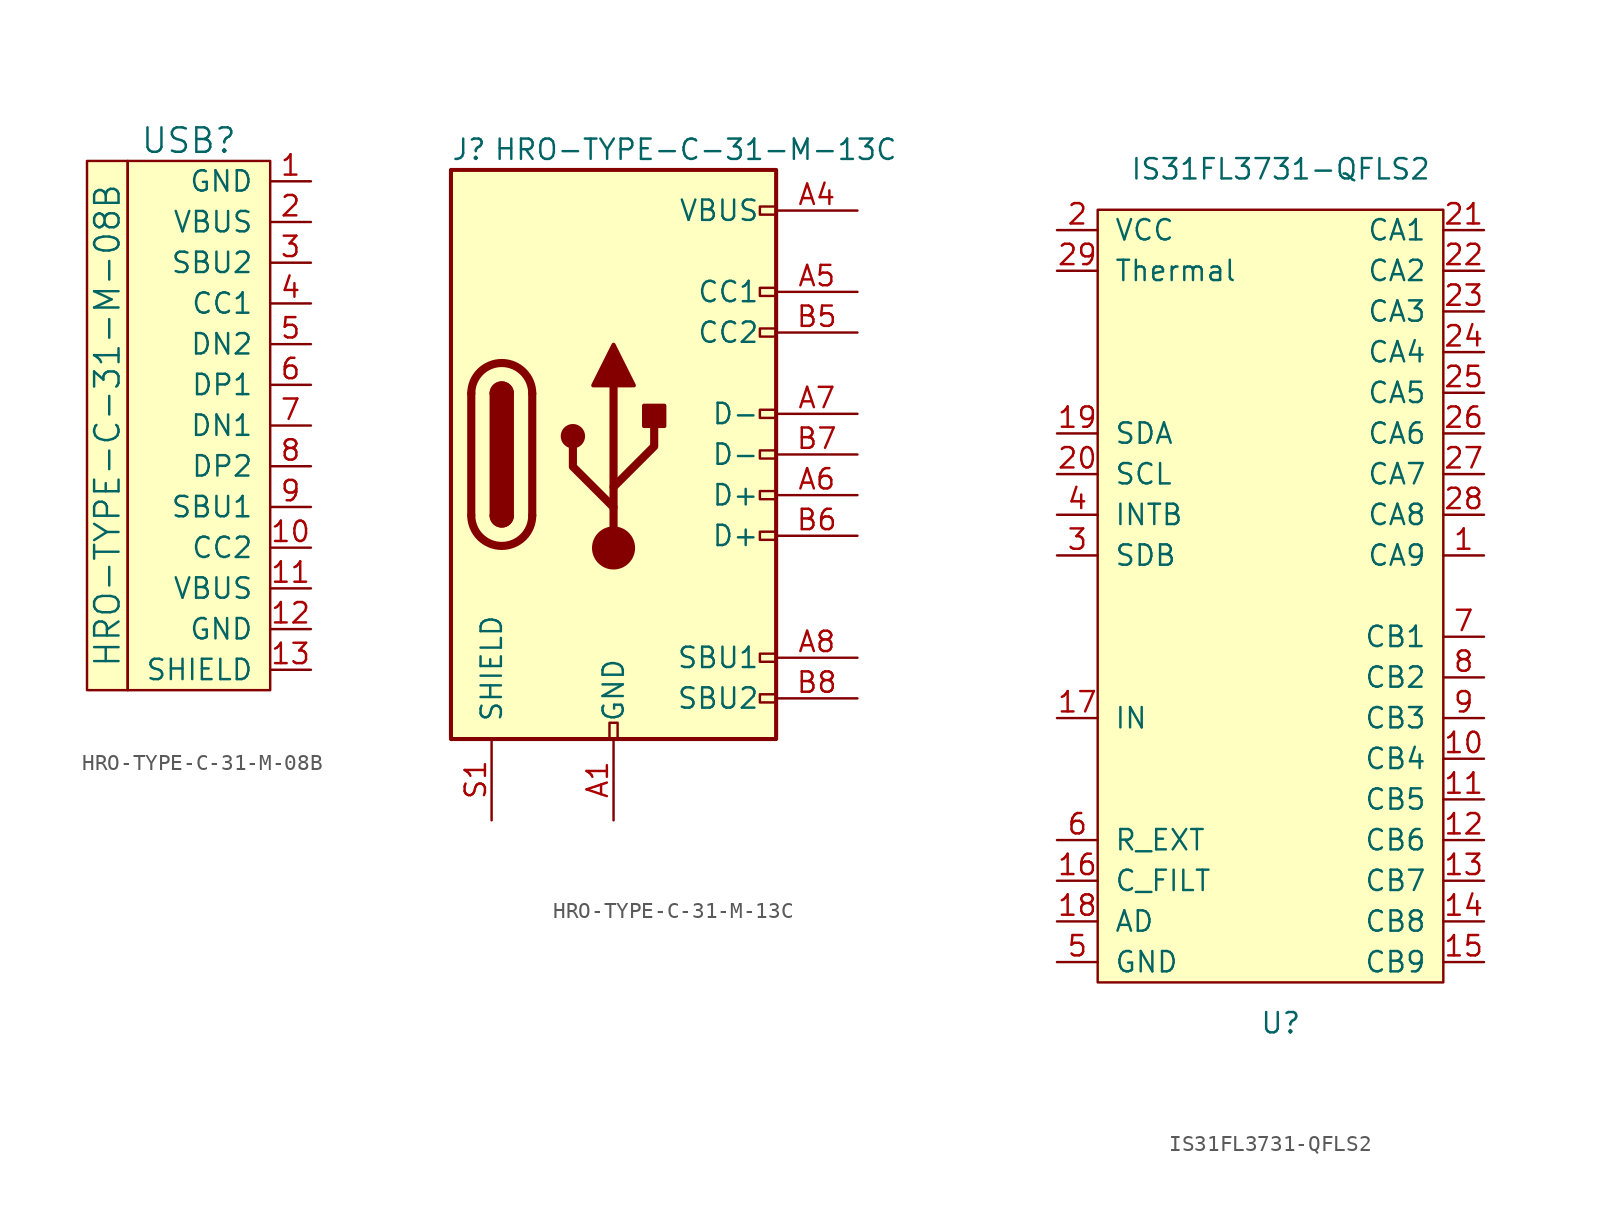
<source format=kicad_sym>
(kicad_symbol_lib
  (version 20231120)
  (generator "kicad_symbol_editor")
  (generator_version "8.0")
  (symbol "HRO-TYPE-C-31-M-08B"
    (pin_names
      (offset 1.016))
    (property "Reference" "USB"
      (at -5.08 16.51 0)
      (effects (font (size 1.524 1.524))))
    (property "Value" "HRO-TYPE-C-31-M-08B"
      (at -10.16 -1.27 90)
      (effects (font (size 1.524 1.524))))
    (symbol "HRO-TYPE-C-31-M-08B_0_1"
      (rectangle (start -11.43 15.24) (end -8.89 -17.78) (stroke (width 0) (type default)) (fill (type background)))
      (rectangle (start 0 -17.78) (end -8.89 15.24) (stroke (width 0) (type default)) (fill (type background))))
    (symbol "HRO-TYPE-C-31-M-08B_1_1"
      (pin input line (at 2.54 13.97 180) (length 2.54) (name "GND" (effects (font (size 1.27 1.27)))) (number "1" (effects (font (size 1.27 1.27)))))
      (pin input line (at 2.54 -8.89 180) (length 2.54) (name "CC2" (effects (font (size 1.27 1.27)))) (number "10" (effects (font (size 1.27 1.27)))))
      (pin input line (at 2.54 -11.43 180) (length 2.54) (name "VBUS" (effects (font (size 1.27 1.27)))) (number "11" (effects (font (size 1.27 1.27)))))
      (pin input line (at 2.54 -13.97 180) (length 2.54) (name "GND" (effects (font (size 1.27 1.27)))) (number "12" (effects (font (size 1.27 1.27)))))
      (pin input line (at 2.54 -16.51 180) (length 2.54) (name "SHIELD" (effects (font (size 1.27 1.27)))) (number "13" (effects (font (size 1.27 1.27)))))
      (pin input line (at 2.54 11.43 180) (length 2.54) (name "VBUS" (effects (font (size 1.27 1.27)))) (number "2" (effects (font (size 1.27 1.27)))))
      (pin input line (at 2.54 8.89 180) (length 2.54) (name "SBU2" (effects (font (size 1.27 1.27)))) (number "3" (effects (font (size 1.27 1.27)))))
      (pin input line (at 2.54 6.35 180) (length 2.54) (name "CC1" (effects (font (size 1.27 1.27)))) (number "4" (effects (font (size 1.27 1.27)))))
      (pin input line (at 2.54 3.81 180) (length 2.54) (name "DN2" (effects (font (size 1.27 1.27)))) (number "5" (effects (font (size 1.27 1.27)))))
      (pin input line (at 2.54 1.27 180) (length 2.54) (name "DP1" (effects (font (size 1.27 1.27)))) (number "6" (effects (font (size 1.27 1.27)))))
      (pin input line (at 2.54 -1.27 180) (length 2.54) (name "DN1" (effects (font (size 1.27 1.27)))) (number "7" (effects (font (size 1.27 1.27)))))
      (pin input line (at 2.54 -3.81 180) (length 2.54) (name "DP2" (effects (font (size 1.27 1.27)))) (number "8" (effects (font (size 1.27 1.27)))))
      (pin input line (at 2.54 -6.35 180) (length 2.54) (name "SBU1" (effects (font (size 1.27 1.27)))) (number "9" (effects (font (size 1.27 1.27)))))))
  (symbol "HRO-TYPE-C-31-M-13C"
    (pin_names
      (offset 1.016))
    (property "Reference" "J"
      (at -10.16 19.05 0)
      (effects (font (size 1.27 1.27)) (justify left)))
    (property "Value" "HRO-TYPE-C-31-M-13C"
      (at 17.78 19.05 0)
      (effects (font (size 1.27 1.27)) (justify right)))
    (symbol "HRO-TYPE-C-31-M-13C_0_0"
      (rectangle (start -0.254 -17.78) (end 0.254 -16.764) (stroke (width 0) (type default)) (fill (type none)))
      (rectangle (start 10.16 -14.986) (end 9.144 -15.494) (stroke (width 0) (type default)) (fill (type none)))
      (rectangle (start 10.16 -12.446) (end 9.144 -12.954) (stroke (width 0) (type default)) (fill (type none)))
      (rectangle (start 10.16 -4.826) (end 9.144 -5.334) (stroke (width 0) (type default)) (fill (type none)))
      (rectangle (start 10.16 -2.286) (end 9.144 -2.794) (stroke (width 0) (type default)) (fill (type none)))
      (rectangle (start 10.16 0.254) (end 9.144 -0.254) (stroke (width 0) (type default)) (fill (type none)))
      (rectangle (start 10.16 2.794) (end 9.144 2.286) (stroke (width 0) (type default)) (fill (type none)))
      (rectangle (start 10.16 7.874) (end 9.144 7.366) (stroke (width 0) (type default)) (fill (type none)))
      (rectangle (start 10.16 10.414) (end 9.144 9.906) (stroke (width 0) (type default)) (fill (type none)))
      (rectangle (start 10.16 15.494) (end 9.144 14.986) (stroke (width 0) (type default)) (fill (type none))))
    (symbol "HRO-TYPE-C-31-M-13C_0_1"
      (rectangle (start -10.16 17.78) (end 10.16 -17.78) (stroke (width 0.254) (type default)) (fill (type background)))
      (arc (start -8.89 -3.81) (mid -6.985 -5.7067) (end -5.08 -3.81) (stroke (width 0.508) (type default)) (fill (type none)))
      (arc (start -7.62 -3.81) (mid -6.985 -4.4423) (end -6.35 -3.81) (stroke (width 0.254) (type default)) (fill (type none)))
      (arc (start -7.62 -3.81) (mid -6.985 -4.4423) (end -6.35 -3.81) (stroke (width 0.254) (type default)) (fill (type outline)))
      (rectangle (start -7.62 -3.81) (end -6.35 3.81) (stroke (width 0.254) (type default)) (fill (type outline)))
      (arc (start -6.35 3.81) (mid -6.985 4.4423) (end -7.62 3.81) (stroke (width 0.254) (type default)) (fill (type none)))
      (arc (start -6.35 3.81) (mid -6.985 4.4423) (end -7.62 3.81) (stroke (width 0.254) (type default)) (fill (type outline)))
      (arc (start -5.08 3.81) (mid -6.985 5.7067) (end -8.89 3.81) (stroke (width 0.508) (type default)) (fill (type none)))
      (circle (center -2.54 1.143) (radius 0.635) (stroke (width 0.254) (type default)) (fill (type outline)))
      (circle (center 0 -5.842) (radius 1.27) (stroke (width 0) (type default)) (fill (type outline)))
      (polyline (pts (xy -8.89 -3.81) (xy -8.89 3.81)) (stroke (width 0.508) (type default)) (fill (type none)))
      (polyline (pts (xy -5.08 3.81) (xy -5.08 -3.81)) (stroke (width 0.508) (type default)) (fill (type none)))
      (polyline (pts (xy 0 -5.842) (xy 0 4.318)) (stroke (width 0.508) (type default)) (fill (type none)))
      (polyline (pts (xy 0 -3.302) (xy -2.54 -0.762) (xy -2.54 0.508)) (stroke (width 0.508) (type default)) (fill (type none)))
      (polyline (pts (xy 0 -2.032) (xy 2.54 0.508) (xy 2.54 1.778)) (stroke (width 0.508) (type default)) (fill (type none)))
      (polyline (pts (xy -1.27 4.318) (xy 0 6.858) (xy 1.27 4.318) (xy -1.27 4.318)) (stroke (width 0.254) (type default)) (fill (type outline)))
      (rectangle (start 1.905 1.778) (end 3.175 3.048) (stroke (width 0.254) (type default)) (fill (type outline))))
    (symbol "HRO-TYPE-C-31-M-13C_1_1"
      (pin passive line (at 0 -22.86 90) (length 5.08) (name "GND" (effects (font (size 1.27 1.27)))) (number "A1" (effects (font (size 1.27 1.27)))))
      (pin passive line (at 0 -22.86 90) (length 5.08) hide (name "GND" (effects (font (size 1.27 1.27)))) (number "A12" (effects (font (size 1.27 1.27)))))
      (pin passive line (at 15.24 15.24 180) (length 5.08) (name "VBUS" (effects (font (size 1.27 1.27)))) (number "A4" (effects (font (size 1.27 1.27)))))
      (pin bidirectional line (at 15.24 10.16 180) (length 5.08) (name "CC1" (effects (font (size 1.27 1.27)))) (number "A5" (effects (font (size 1.27 1.27)))))
      (pin bidirectional line (at 15.24 -2.54 180) (length 5.08) (name "D+" (effects (font (size 1.27 1.27)))) (number "A6" (effects (font (size 1.27 1.27)))))
      (pin bidirectional line (at 15.24 2.54 180) (length 5.08) (name "D-" (effects (font (size 1.27 1.27)))) (number "A7" (effects (font (size 1.27 1.27)))))
      (pin bidirectional line (at 15.24 -12.7 180) (length 5.08) (name "SBU1" (effects (font (size 1.27 1.27)))) (number "A8" (effects (font (size 1.27 1.27)))))
      (pin passive line (at 15.24 15.24 180) (length 5.08) hide (name "VBUS" (effects (font (size 1.27 1.27)))) (number "A9" (effects (font (size 1.27 1.27)))))
      (pin passive line (at 0 -22.86 90) (length 5.08) hide (name "GND" (effects (font (size 1.27 1.27)))) (number "B1" (effects (font (size 1.27 1.27)))))
      (pin passive line (at 0 -22.86 90) (length 5.08) hide (name "GND" (effects (font (size 1.27 1.27)))) (number "B12" (effects (font (size 1.27 1.27)))))
      (pin passive line (at 15.24 15.24 180) (length 5.08) hide (name "VBUS" (effects (font (size 1.27 1.27)))) (number "B4" (effects (font (size 1.27 1.27)))))
      (pin bidirectional line (at 15.24 7.62 180) (length 5.08) (name "CC2" (effects (font (size 1.27 1.27)))) (number "B5" (effects (font (size 1.27 1.27)))))
      (pin bidirectional line (at 15.24 -5.08 180) (length 5.08) (name "D+" (effects (font (size 1.27 1.27)))) (number "B6" (effects (font (size 1.27 1.27)))))
      (pin bidirectional line (at 15.24 0 180) (length 5.08) (name "D-" (effects (font (size 1.27 1.27)))) (number "B7" (effects (font (size 1.27 1.27)))))
      (pin bidirectional line (at 15.24 -15.24 180) (length 5.08) (name "SBU2" (effects (font (size 1.27 1.27)))) (number "B8" (effects (font (size 1.27 1.27)))))
      (pin passive line (at 15.24 15.24 180) (length 5.08) hide (name "VBUS" (effects (font (size 1.27 1.27)))) (number "B9" (effects (font (size 1.27 1.27)))))
      (pin passive line (at -7.62 -22.86 90) (length 5.08) (name "SHIELD" (effects (font (size 1.27 1.27)))) (number "S1" (effects (font (size 1.27 1.27)))))))
  (symbol "IS31FL3731-QFLS2"
    (pin_names
      (offset 1.016))
    (property "Reference" "U"
      (at 0 -26.67 0)
      (effects (font (size 1.27 1.27))))
    (property "Value" "IS31FL3731-QFLS2"
      (at 0 26.67 0)
      (effects (font (size 1.27 1.27))))
    (symbol "IS31FL3731-QFLS2_1_1"
      (rectangle (start 10.16 24.13) (end -11.43 -24.13) (stroke (width 0) (type default)) (fill (type background)))
      (pin input line (at 12.7 2.54 180) (length 2.54) (name "CA9" (effects (font (size 1.27 1.27)))) (number "1" (effects (font (size 1.27 1.27)))))
      (pin input line (at 12.7 -10.16 180) (length 2.54) (name "CB4" (effects (font (size 1.27 1.27)))) (number "10" (effects (font (size 1.27 1.27)))))
      (pin input line (at 12.7 -12.7 180) (length 2.54) (name "CB5" (effects (font (size 1.27 1.27)))) (number "11" (effects (font (size 1.27 1.27)))))
      (pin input line (at 12.7 -15.24 180) (length 2.54) (name "CB6" (effects (font (size 1.27 1.27)))) (number "12" (effects (font (size 1.27 1.27)))))
      (pin input line (at 12.7 -17.78 180) (length 2.54) (name "CB7" (effects (font (size 1.27 1.27)))) (number "13" (effects (font (size 1.27 1.27)))))
      (pin input line (at 12.7 -20.32 180) (length 2.54) (name "CB8" (effects (font (size 1.27 1.27)))) (number "14" (effects (font (size 1.27 1.27)))))
      (pin input line (at 12.7 -22.86 180) (length 2.54) (name "CB9" (effects (font (size 1.27 1.27)))) (number "15" (effects (font (size 1.27 1.27)))))
      (pin input line (at -13.97 -17.78 0) (length 2.54) (name "C_FILT" (effects (font (size 1.27 1.27)))) (number "16" (effects (font (size 1.27 1.27)))))
      (pin input line (at -13.97 -7.62 0) (length 2.54) (name "IN" (effects (font (size 1.27 1.27)))) (number "17" (effects (font (size 1.27 1.27)))))
      (pin input line (at -13.97 -20.32 0) (length 2.54) (name "AD" (effects (font (size 1.27 1.27)))) (number "18" (effects (font (size 1.27 1.27)))))
      (pin input line (at -13.97 10.16 0) (length 2.54) (name "SDA" (effects (font (size 1.27 1.27)))) (number "19" (effects (font (size 1.27 1.27)))))
      (pin input line (at -13.97 22.86 0) (length 2.54) (name "VCC" (effects (font (size 1.27 1.27)))) (number "2" (effects (font (size 1.27 1.27)))))
      (pin input line (at -13.97 7.62 0) (length 2.54) (name "SCL" (effects (font (size 1.27 1.27)))) (number "20" (effects (font (size 1.27 1.27)))))
      (pin input line (at 12.7 22.86 180) (length 2.54) (name "CA1" (effects (font (size 1.27 1.27)))) (number "21" (effects (font (size 1.27 1.27)))))
      (pin input line (at 12.7 20.32 180) (length 2.54) (name "CA2" (effects (font (size 1.27 1.27)))) (number "22" (effects (font (size 1.27 1.27)))))
      (pin input line (at 12.7 17.78 180) (length 2.54) (name "CA3" (effects (font (size 1.27 1.27)))) (number "23" (effects (font (size 1.27 1.27)))))
      (pin input line (at 12.7 15.24 180) (length 2.54) (name "CA4" (effects (font (size 1.27 1.27)))) (number "24" (effects (font (size 1.27 1.27)))))
      (pin input line (at 12.7 12.7 180) (length 2.54) (name "CA5" (effects (font (size 1.27 1.27)))) (number "25" (effects (font (size 1.27 1.27)))))
      (pin input line (at 12.7 10.16 180) (length 2.54) (name "CA6" (effects (font (size 1.27 1.27)))) (number "26" (effects (font (size 1.27 1.27)))))
      (pin input line (at 12.7 7.62 180) (length 2.54) (name "CA7" (effects (font (size 1.27 1.27)))) (number "27" (effects (font (size 1.27 1.27)))))
      (pin input line (at 12.7 5.08 180) (length 2.54) (name "CA8" (effects (font (size 1.27 1.27)))) (number "28" (effects (font (size 1.27 1.27)))))
      (pin input line (at -13.97 20.32 0) (length 2.54) (name "Thermal" (effects (font (size 1.27 1.27)))) (number "29" (effects (font (size 1.27 1.27)))))
      (pin input line (at -13.97 2.54 0) (length 2.54) (name "SDB" (effects (font (size 1.27 1.27)))) (number "3" (effects (font (size 1.27 1.27)))))
      (pin input line (at -13.97 5.08 0) (length 2.54) (name "INTB" (effects (font (size 1.27 1.27)))) (number "4" (effects (font (size 1.27 1.27)))))
      (pin input line (at -13.97 -22.86 0) (length 2.54) (name "GND" (effects (font (size 1.27 1.27)))) (number "5" (effects (font (size 1.27 1.27)))))
      (pin input line (at -13.97 -15.24 0) (length 2.54) (name "R_EXT" (effects (font (size 1.27 1.27)))) (number "6" (effects (font (size 1.27 1.27)))))
      (pin input line (at 12.7 -2.54 180) (length 2.54) (name "CB1" (effects (font (size 1.27 1.27)))) (number "7" (effects (font (size 1.27 1.27)))))
      (pin input line (at 12.7 -5.08 180) (length 2.54) (name "CB2" (effects (font (size 1.27 1.27)))) (number "8" (effects (font (size 1.27 1.27)))))
      (pin input line (at 12.7 -7.62 180) (length 2.54) (name "CB3" (effects (font (size 1.27 1.27)))) (number "9" (effects (font (size 1.27 1.27))))))))
</source>
